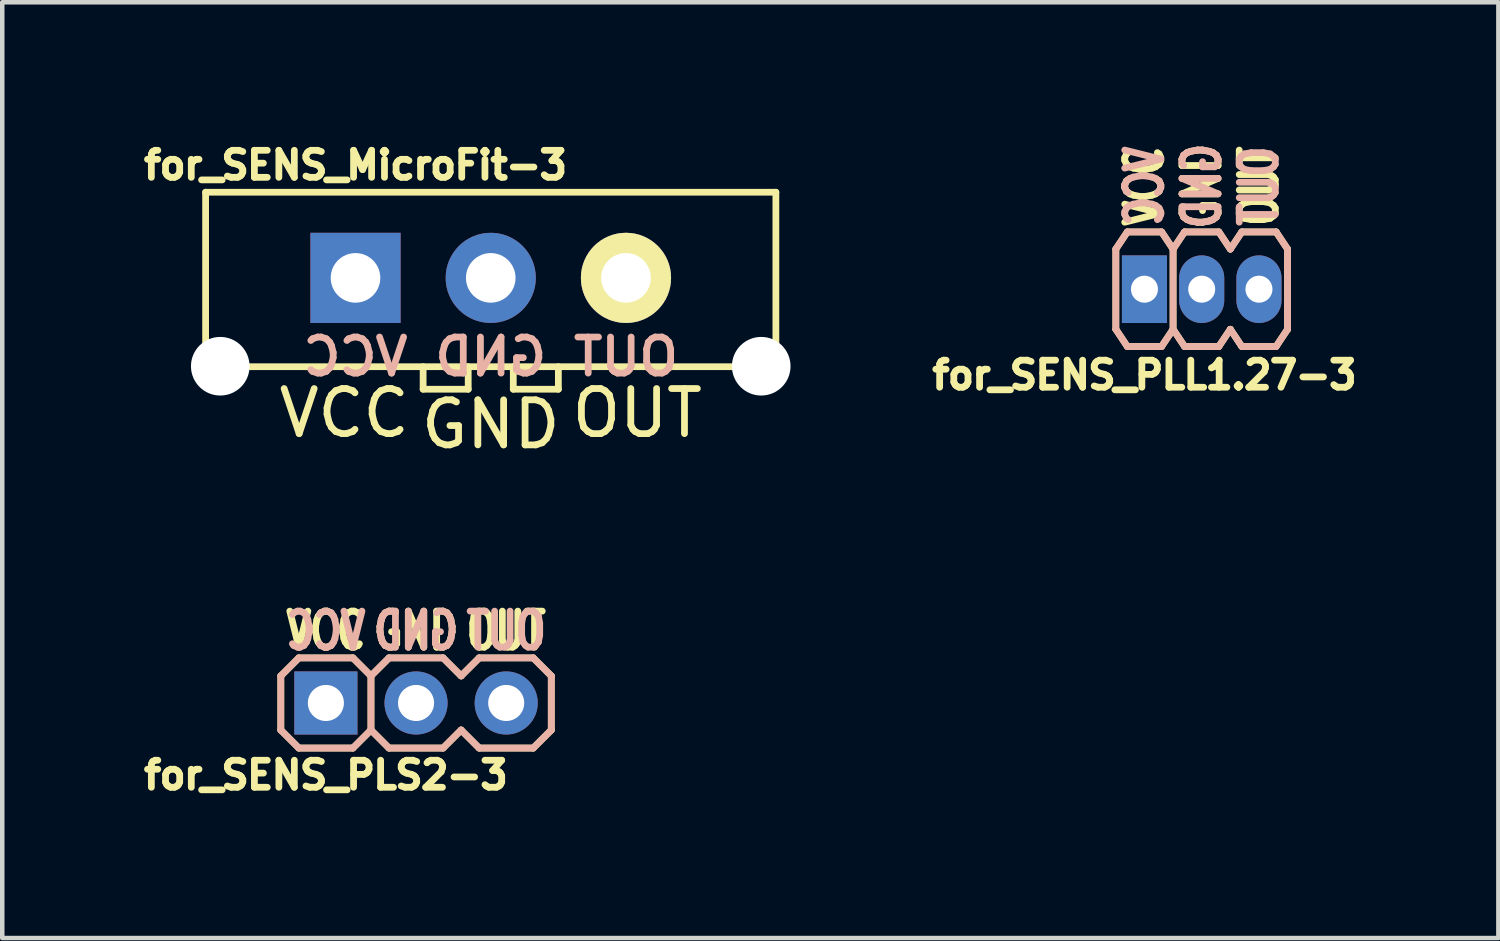
<source format=kicad_pcb>
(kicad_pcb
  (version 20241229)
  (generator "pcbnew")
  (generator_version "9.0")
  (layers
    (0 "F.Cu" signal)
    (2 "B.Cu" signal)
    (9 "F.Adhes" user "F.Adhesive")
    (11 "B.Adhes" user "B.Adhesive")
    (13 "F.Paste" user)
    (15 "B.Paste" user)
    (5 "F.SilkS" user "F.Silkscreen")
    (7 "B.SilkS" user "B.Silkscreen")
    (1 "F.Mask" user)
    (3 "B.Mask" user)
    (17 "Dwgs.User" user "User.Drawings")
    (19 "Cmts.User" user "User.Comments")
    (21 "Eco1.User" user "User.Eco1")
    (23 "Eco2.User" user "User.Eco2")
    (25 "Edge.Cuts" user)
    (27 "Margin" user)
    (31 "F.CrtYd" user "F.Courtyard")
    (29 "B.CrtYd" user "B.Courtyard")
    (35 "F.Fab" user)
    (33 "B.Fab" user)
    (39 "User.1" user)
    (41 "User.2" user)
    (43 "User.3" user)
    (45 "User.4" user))
  (footprint "for_SENS_MicroFit-3"
    (layer "F.Cu")
    (at 7.836 3.114)
    (property "Reference" "for_SENS_MicroFit-3" (at -3 -2.5 0) (layer "F.SilkS") (effects (font (size 0.6 0.6) (thickness 0.15))))
    (attr through_hole)
    (fp_line (start -6.325 1.97) (end -6.325 -1.9) (stroke (width 0.15) (type solid)) (layer "F.SilkS"))
    (fp_line (start -6.325 1.97) (end 6.325 1.97) (stroke (width 0.15) (type solid)) (layer "F.SilkS"))
    (fp_line (start -1.5 2.47) (end -1.5 1.97) (stroke (width 0.15) (type solid)) (layer "F.SilkS"))
    (fp_line (start -0.5 2.47) (end -1.5 2.47) (stroke (width 0.15) (type solid)) (layer "F.SilkS"))
    (fp_line (start -0.5 2.47) (end -0.5 1.97) (stroke (width 0.15) (type solid)) (layer "F.SilkS"))
    (fp_line (start 0.5 2.47) (end 0.5 1.97) (stroke (width 0.15) (type solid)) (layer "F.SilkS"))
    (fp_line (start 1.5 2.47) (end 0.5 2.47) (stroke (width 0.15) (type solid)) (layer "F.SilkS"))
    (fp_line (start 1.5 2.47) (end 1.5 1.97) (stroke (width 0.15) (type solid)) (layer "F.SilkS"))
    (fp_line (start 6.325 -1.9) (end -6.325 -1.9) (stroke (width 0.15) (type solid)) (layer "F.SilkS"))
    (fp_line (start 6.325 1.97) (end 6.325 -1.9) (stroke (width 0.15) (type solid)) (layer "F.SilkS"))
    (fp_text user "VCC" (at -3.25 3 0) (layer "F.SilkS") (effects (font (size 1 1) (thickness 0.15))))
    (fp_text user "OUT" (at 3.25 3 0) (layer "F.SilkS") (effects (font (size 1 1) (thickness 0.15))))
    (fp_text user "GND" (at 0 3.25 0) (layer "F.SilkS") (effects (font (size 1 1) (thickness 0.15))))
    (fp_text user "VCC" (at -3 1.75 0) (layer "B.SilkS") (effects (font (size 0.8 0.8) (thickness 0.15)) (justify mirror)))
    (fp_text user "OUT" (at 3 1.75 0) (layer "B.SilkS") (effects (font (size 0.8 0.8) (thickness 0.15)) (justify mirror)))
    (fp_text user "GND" (at 0 1.75 0) (layer "B.SilkS") (effects (font (size 0.8 0.8) (thickness 0.15)) (justify mirror)))
    (pad "" np_thru_hole circle (at -6 1.96) (size 1.3 1.3) (drill 1.3) (layers "*.Cu" "*.Mask"))
    (pad "" np_thru_hole circle (at 6 1.96) (size 1.3 1.3) (drill 1.3) (layers "*.Cu" "*.Mask"))
    (pad "1" thru_hole rect (at -3 0) (size 2 2) (drill 1.1) (layers "*.Cu" "*.Mask"))
    (pad "2" thru_hole circle (at 0 0) (size 2 2) (drill 1.1) (layers "*.Cu" "*.Mask"))
    (pad "3" thru_hole circle (at 3 0) (size 2 2) (drill 1.1) (layers "*.Cu" "*.Mask" "F.SilkS")))
  (footprint "for_SENS_PLS2-3"
    (layer "F.Cu")
    (at 4.179 12.544)
    (property "Reference" "for_SENS_PLS2-3" (at 0 1.6 0) (layer "F.SilkS") (effects (font (size 0.6 0.6) (thickness 0.15))))
    (attr through_hole)
    (fp_line (start -1 -0.6) (end -0.6 -1) (stroke (width 0.15) (type solid)) (layer "F.SilkS"))
    (fp_line (start -1 0.6) (end -1 -0.6) (stroke (width 0.15) (type solid)) (layer "F.SilkS"))
    (fp_line (start -0.6 -1) (end 0.6 -1) (stroke (width 0.15) (type solid)) (layer "F.SilkS"))
    (fp_line (start -0.6 1) (end -1 0.6) (stroke (width 0.15) (type solid)) (layer "F.SilkS"))
    (fp_line (start 0.6 1) (end -0.6 1) (stroke (width 0.15) (type solid)) (layer "F.SilkS"))
    (fp_line (start 1 -0.6) (end 0.6 -1) (stroke (width 0.15) (type solid)) (layer "F.SilkS"))
    (fp_line (start 1 -0.6) (end 1.4 -1) (stroke (width 0.15) (type solid)) (layer "F.SilkS"))
    (fp_line (start 1 0.6) (end 0.6 1) (stroke (width 0.15) (type solid)) (layer "F.SilkS"))
    (fp_line (start 1 0.6) (end 1 -0.6) (stroke (width 0.15) (type solid)) (layer "F.SilkS"))
    (fp_line (start 1.4 -1) (end 2.6 -1) (stroke (width 0.15) (type solid)) (layer "F.SilkS"))
    (fp_line (start 1.4 1) (end 1 0.6) (stroke (width 0.15) (type solid)) (layer "F.SilkS"))
    (fp_line (start 2.6 -1) (end 3 -0.6) (stroke (width 0.15) (type solid)) (layer "F.SilkS"))
    (fp_line (start 2.6 1) (end 1.4 1) (stroke (width 0.15) (type solid)) (layer "F.SilkS"))
    (fp_line (start 3 -0.6) (end 3.4 -1) (stroke (width 0.15) (type solid)) (layer "F.SilkS"))
    (fp_line (start 3 0.6) (end 2.6 1) (stroke (width 0.15) (type solid)) (layer "F.SilkS"))
    (fp_line (start 3.4 -1) (end 4.6 -1) (stroke (width 0.15) (type solid)) (layer "F.SilkS"))
    (fp_line (start 3.4 1) (end 3 0.6) (stroke (width 0.15) (type solid)) (layer "F.SilkS"))
    (fp_line (start 4.6 -1) (end 5 -0.6) (stroke (width 0.15) (type solid)) (layer "F.SilkS"))
    (fp_line (start 4.6 1) (end 3.4 1) (stroke (width 0.15) (type solid)) (layer "F.SilkS"))
    (fp_line (start 5 -0.6) (end 5 0.6) (stroke (width 0.15) (type solid)) (layer "F.SilkS"))
    (fp_line (start 5 0.6) (end 4.6 1) (stroke (width 0.15) (type solid)) (layer "F.SilkS"))
    (fp_line (start -1 -0.6) (end -0.6 -1) (stroke (width 0.15) (type solid)) (layer "B.SilkS"))
    (fp_line (start -1 0.6) (end -1 -0.6) (stroke (width 0.15) (type solid)) (layer "B.SilkS"))
    (fp_line (start -0.6 -1) (end 0.6 -1) (stroke (width 0.15) (type solid)) (layer "B.SilkS"))
    (fp_line (start -0.6 1) (end -1 0.6) (stroke (width 0.15) (type solid)) (layer "B.SilkS"))
    (fp_line (start 0.6 -1) (end 1 -0.6) (stroke (width 0.15) (type solid)) (layer "B.SilkS"))
    (fp_line (start 0.6 1) (end -0.6 1) (stroke (width 0.15) (type solid)) (layer "B.SilkS"))
    (fp_line (start 1 -0.6) (end 1 0.6) (stroke (width 0.15) (type solid)) (layer "B.SilkS"))
    (fp_line (start 1 -0.6) (end 1.4 -1) (stroke (width 0.15) (type solid)) (layer "B.SilkS"))
    (fp_line (start 1 0.6) (end 0.6 1) (stroke (width 0.15) (type solid)) (layer "B.SilkS"))
    (fp_line (start 1.4 -1) (end 2.6 -1) (stroke (width 0.15) (type solid)) (layer "B.SilkS"))
    (fp_line (start 1.4 1) (end 1 0.6) (stroke (width 0.15) (type solid)) (layer "B.SilkS"))
    (fp_line (start 2.6 -1) (end 3 -0.6) (stroke (width 0.15) (type solid)) (layer "B.SilkS"))
    (fp_line (start 2.6 1) (end 1.4 1) (stroke (width 0.15) (type solid)) (layer "B.SilkS"))
    (fp_line (start 3 -0.6) (end 3.4 -1) (stroke (width 0.15) (type solid)) (layer "B.SilkS"))
    (fp_line (start 3 0.6) (end 2.6 1) (stroke (width 0.15) (type solid)) (layer "B.SilkS"))
    (fp_line (start 3.4 -1) (end 4.6 -1) (stroke (width 0.15) (type solid)) (layer "B.SilkS"))
    (fp_line (start 3.4 1) (end 3 0.6) (stroke (width 0.15) (type solid)) (layer "B.SilkS"))
    (fp_line (start 4.6 -1) (end 5 -0.6) (stroke (width 0.15) (type solid)) (layer "B.SilkS"))
    (fp_line (start 4.6 1) (end 3.4 1) (stroke (width 0.15) (type solid)) (layer "B.SilkS"))
    (fp_line (start 5 -0.6) (end 5 0.6) (stroke (width 0.15) (type solid)) (layer "B.SilkS"))
    (fp_line (start 5 0.6) (end 4.6 1) (stroke (width 0.15) (type solid)) (layer "B.SilkS"))
    (fp_text user "GND" (at 2 -1.6 0) (layer "F.SilkS") (effects (font (size 0.8 0.6) (thickness 0.15))))
    (fp_text user "VCC" (at 0 -1.6 0) (layer "F.SilkS") (effects (font (size 0.8 0.6) (thickness 0.15))))
    (fp_text user "OUT" (at 4 -1.6 0) (layer "F.SilkS") (effects (font (size 0.8 0.6) (thickness 0.15))))
    (fp_text user "VCC" (at 0 -1.6 0) (layer "B.SilkS") (effects (font (size 0.8 0.6) (thickness 0.15)) (justify mirror)))
    (fp_text user "OUT" (at 4 -1.6 0) (layer "B.SilkS") (effects (font (size 0.8 0.6) (thickness 0.15)) (justify mirror)))
    (fp_text user "GND" (at 2 -1.6 0) (layer "B.SilkS") (effects (font (size 0.8 0.6) (thickness 0.15)) (justify mirror)))
    (pad "1" thru_hole rect (at 0 0) (size 1.4 1.4) (drill 0.8) (layers "*.Cu" "*.Mask"))
    (pad "2" thru_hole circle (at 2 0) (size 1.4 1.4) (drill 0.8) (layers "*.Cu" "*.Mask"))
    (pad "3" thru_hole circle (at 4 0) (size 1.4 1.4) (drill 0.8) (layers "*.Cu" "*.Mask")))
  (footprint "for_SENS_PLL1.27-3"
    (layer "F.Cu")
    (at 22.337 3.365)
    (property "Reference" "for_SENS_PLL1.27-3" (at 0 1.905 0) (layer "F.SilkS") (effects (font (size 0.6 0.6) (thickness 0.15))))
    (attr through_hole)
    (fp_line (start -0.635 -0.889) (end -0.635 0.889) (stroke (width 0.15) (type solid)) (layer "F.SilkS"))
    (fp_line (start -0.635 0.889) (end -0.381 1.27) (stroke (width 0.15) (type solid)) (layer "F.SilkS"))
    (fp_line (start -0.381 -1.27) (end -0.635 -0.889) (stroke (width 0.15) (type solid)) (layer "F.SilkS"))
    (fp_line (start -0.381 1.27) (end 0.381 1.27) (stroke (width 0.15) (type solid)) (layer "F.SilkS"))
    (fp_line (start 0.381 -1.27) (end -0.381 -1.27) (stroke (width 0.15) (type solid)) (layer "F.SilkS"))
    (fp_line (start 0.381 1.27) (end 0.635 0.889) (stroke (width 0.15) (type solid)) (layer "F.SilkS"))
    (fp_line (start 0.635 -0.889) (end 0.381 -1.27) (stroke (width 0.15) (type solid)) (layer "F.SilkS"))
    (fp_line (start 0.635 -0.889) (end 0.635 0.889) (stroke (width 0.15) (type solid)) (layer "F.SilkS"))
    (fp_line (start 0.635 -0.889) (end 0.889 -1.27) (stroke (width 0.15) (type solid)) (layer "F.SilkS"))
    (fp_line (start 0.635 0.889) (end 0.889 1.27) (stroke (width 0.15) (type solid)) (layer "F.SilkS"))
    (fp_line (start 1.651 -1.27) (end 0.889 -1.27) (stroke (width 0.15) (type solid)) (layer "F.SilkS"))
    (fp_line (start 1.651 1.27) (end 0.889 1.27) (stroke (width 0.15) (type solid)) (layer "F.SilkS"))
    (fp_line (start 1.905 -0.889) (end 1.651 -1.27) (stroke (width 0.15) (type solid)) (layer "F.SilkS"))
    (fp_line (start 1.905 -0.889) (end 2.159 -1.27) (stroke (width 0.15) (type solid)) (layer "F.SilkS"))
    (fp_line (start 1.905 0.889) (end 1.651 1.27) (stroke (width 0.15) (type solid)) (layer "F.SilkS"))
    (fp_line (start 2.159 1.27) (end 1.905 0.889) (stroke (width 0.15) (type solid)) (layer "F.SilkS"))
    (fp_line (start 2.159 1.27) (end 2.921 1.27) (stroke (width 0.15) (type solid)) (layer "F.SilkS"))
    (fp_line (start 2.921 -1.27) (end 2.159 -1.27) (stroke (width 0.15) (type solid)) (layer "F.SilkS"))
    (fp_line (start 2.921 1.27) (end 3.175 0.889) (stroke (width 0.15) (type solid)) (layer "F.SilkS"))
    (fp_line (start 3.175 -0.889) (end 2.921 -1.27) (stroke (width 0.15) (type solid)) (layer "F.SilkS"))
    (fp_line (start 3.175 -0.889) (end 3.175 0.889) (stroke (width 0.15) (type solid)) (layer "F.SilkS"))
    (fp_line (start -0.635 -0.889) (end -0.635 0.889) (stroke (width 0.15) (type solid)) (layer "B.SilkS"))
    (fp_line (start -0.635 0.889) (end -0.381 1.27) (stroke (width 0.15) (type solid)) (layer "B.SilkS"))
    (fp_line (start -0.381 -1.27) (end -0.635 -0.889) (stroke (width 0.15) (type solid)) (layer "B.SilkS"))
    (fp_line (start -0.381 1.27) (end 0.381 1.27) (stroke (width 0.15) (type solid)) (layer "B.SilkS"))
    (fp_line (start 0.381 -1.27) (end -0.381 -1.27) (stroke (width 0.15) (type solid)) (layer "B.SilkS"))
    (fp_line (start 0.381 1.27) (end 0.635 0.889) (stroke (width 0.15) (type solid)) (layer "B.SilkS"))
    (fp_line (start 0.635 -0.889) (end 0.381 -1.27) (stroke (width 0.15) (type solid)) (layer "B.SilkS"))
    (fp_line (start 0.635 -0.889) (end 0.635 0.889) (stroke (width 0.15) (type solid)) (layer "B.SilkS"))
    (fp_line (start 0.635 -0.889) (end 0.889 -1.27) (stroke (width 0.15) (type solid)) (layer "B.SilkS"))
    (fp_line (start 0.635 0.889) (end 0.889 1.27) (stroke (width 0.15) (type solid)) (layer "B.SilkS"))
    (fp_line (start 1.651 -1.27) (end 0.889 -1.27) (stroke (width 0.15) (type solid)) (layer "B.SilkS"))
    (fp_line (start 1.651 1.27) (end 0.889 1.27) (stroke (width 0.15) (type solid)) (layer "B.SilkS"))
    (fp_line (start 1.905 -0.889) (end 1.651 -1.27) (stroke (width 0.15) (type solid)) (layer "B.SilkS"))
    (fp_line (start 1.905 0.889) (end 1.651 1.27) (stroke (width 0.15) (type solid)) (layer "B.SilkS"))
    (fp_line (start 2.159 -1.27) (end 1.905 -0.889) (stroke (width 0.15) (type solid)) (layer "B.SilkS"))
    (fp_line (start 2.159 1.27) (end 1.905 0.889) (stroke (width 0.15) (type solid)) (layer "B.SilkS"))
    (fp_line (start 2.159 1.27) (end 2.921 1.27) (stroke (width 0.15) (type solid)) (layer "B.SilkS"))
    (fp_line (start 2.921 -1.27) (end 2.159 -1.27) (stroke (width 0.15) (type solid)) (layer "B.SilkS"))
    (fp_line (start 2.921 1.27) (end 3.175 0.889) (stroke (width 0.15) (type solid)) (layer "B.SilkS"))
    (fp_line (start 3.175 -0.889) (end 2.921 -1.27) (stroke (width 0.15) (type solid)) (layer "B.SilkS"))
    (fp_line (start 3.175 -0.889) (end 3.175 0.889) (stroke (width 0.15) (type solid)) (layer "B.SilkS"))
    (fp_text user "OUT" (at 2.54 -2.286 90) (layer "F.SilkS") (effects (font (size 0.8 0.6) (thickness 0.15))))
    (fp_text user "VCC" (at 0 -2.286 90) (layer "F.SilkS") (effects (font (size 0.8 0.6) (thickness 0.15))))
    (fp_text user "GND" (at 1.27 -2.286 90) (layer "F.SilkS") (effects (font (size 0.8 0.6) (thickness 0.15))))
    (fp_text user "VCC" (at 0 -2.286 90) (layer "B.SilkS") (effects (font (size 0.8 0.6) (thickness 0.15)) (justify mirror)))
    (fp_text user "OUT" (at 2.54 -2.286 90) (layer "B.SilkS") (effects (font (size 0.8 0.6) (thickness 0.15)) (justify mirror)))
    (fp_text user "GND" (at 1.27 -2.286 90) (layer "B.SilkS") (effects (font (size 0.8 0.6) (thickness 0.15)) (justify mirror)))
    (pad "1" thru_hole rect (at 0 0) (size 1 1.5) (drill 0.6) (layers "*.Cu" "*.Mask"))
    (pad "2" thru_hole oval (at 1.27 0) (size 1 1.5) (drill 0.6) (layers "*.Cu" "*.Mask"))
    (pad "3" thru_hole oval (at 2.54 0) (size 1 1.5) (drill 0.6) (layers "*.Cu" "*.Mask")))
  (gr_rect
    (start -3 -3)
    (end 30.188 17.758)
    (stroke (width 0.1) (type default))
    (fill no)
    (layer "Edge.Cuts")))
</source>
